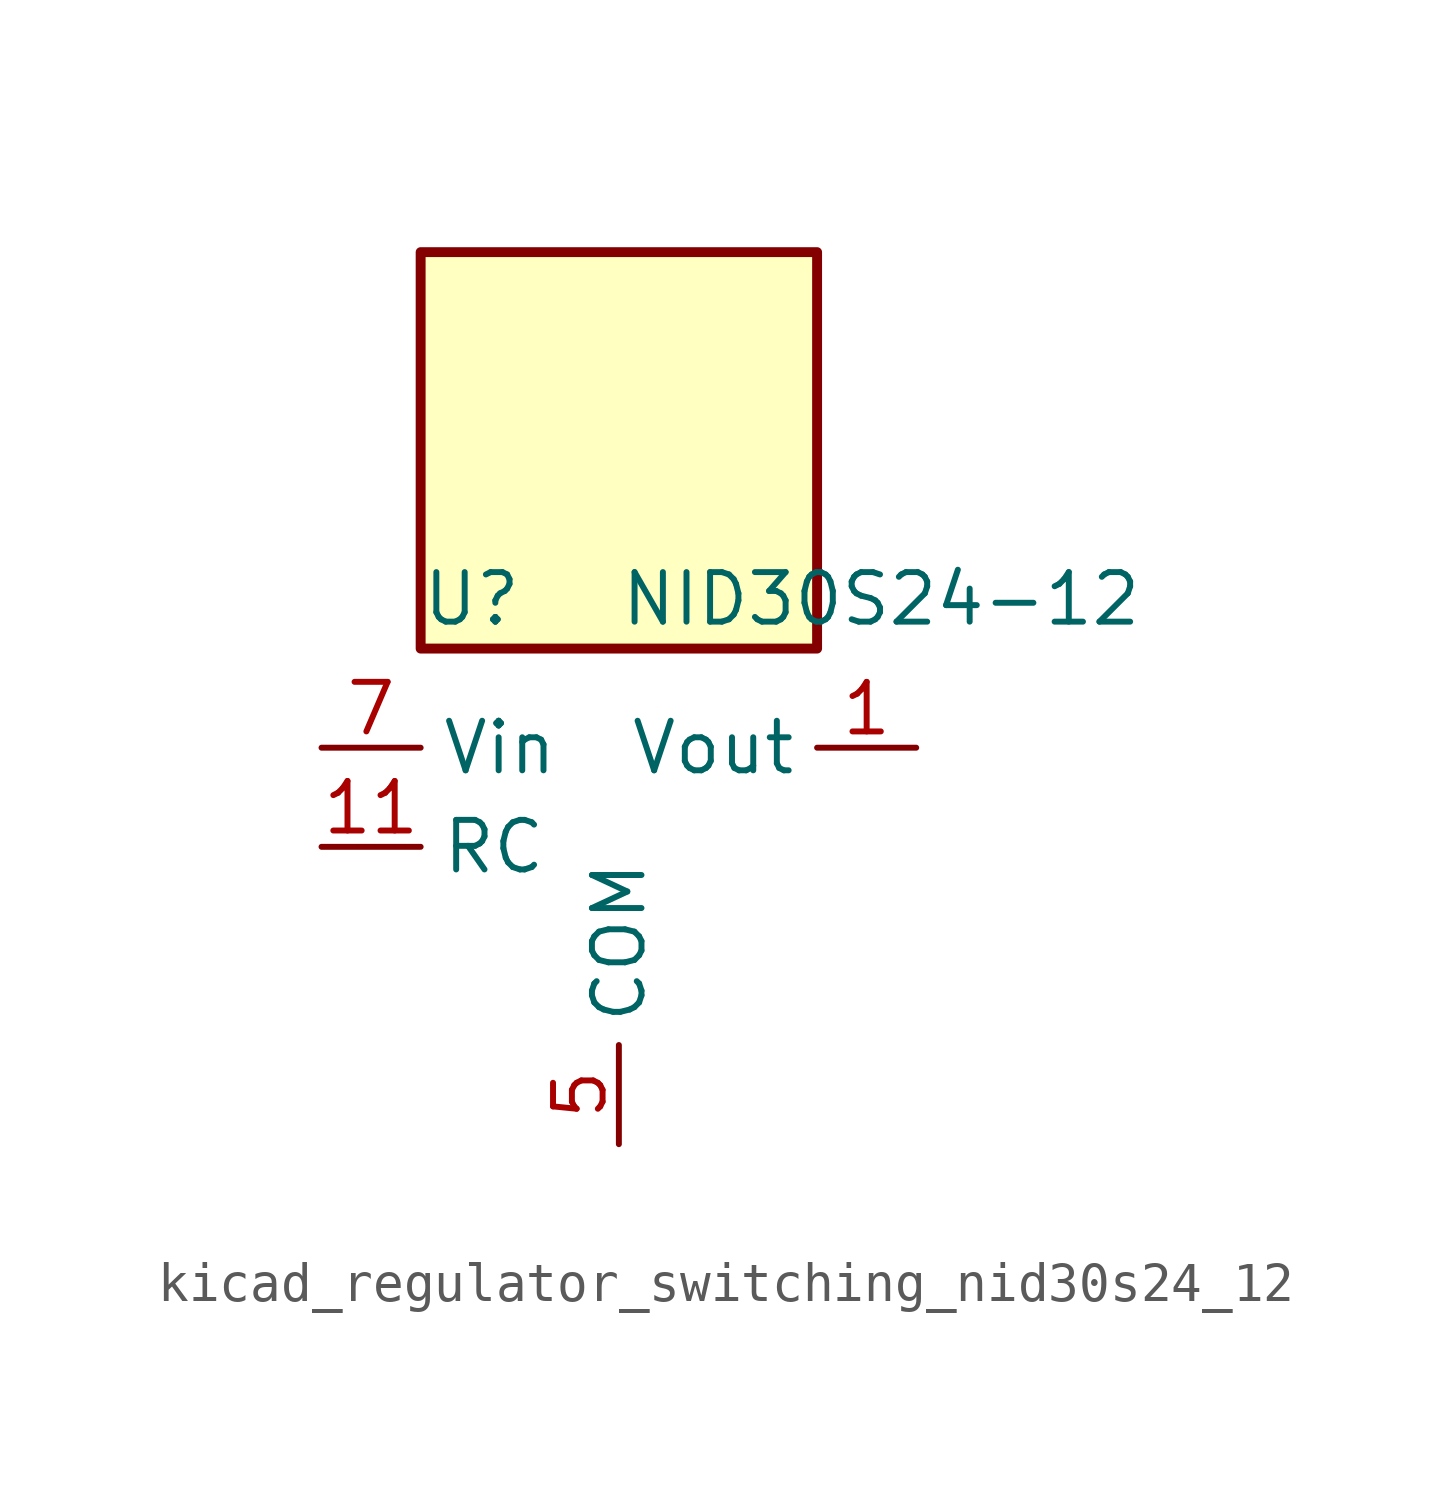
<source format=kicad_sym>
(kicad_symbol_lib
  (version 20220914)
  (generator kicad_symbol_editor)
  (symbol "kicad_regulator_switching_nid30s24_12"
    (property "Reference" "U"
      (at -5.08 6.35 0)
      (effects (font (size 1.27 1.27)) (justify left)))
    (property "Value" "NID30S24-12"
      (at 0 6.35 0)
      (effects (font (size 1.27 1.27)) (justify left)))
    (symbol "kicad_regulator_switching_nid30s24_12_0_1"
      (rectangle (start 5.08 15.24) (end -5.08 5.08) (stroke (width 0.254) (type default)) (fill (type background))))
    (symbol "kicad_regulator_switching_nid30s24_12_1_1"
      (pin power_out line (at 7.62 2.54 180) (length 2.54) (name "Vout" (effects (font (size 1.27 1.27)))) (number "1" (effects (font (size 1.27 1.27)))))
      (pin no_connect line (at 5.08 -2.54 180) (length 2.54) hide (name "NC" (effects (font (size 1.27 1.27)))) (number "10" (effects (font (size 1.27 1.27)))))
      (pin input line (at -7.62 0 0) (length 2.54) (name "RC" (effects (font (size 1.27 1.27)))) (number "11" (effects (font (size 1.27 1.27)))))
      (pin passive line (at 7.62 2.54 180) (length 2.54) hide (name "Vout" (effects (font (size 1.27 1.27)))) (number "2" (effects (font (size 1.27 1.27)))))
      (pin passive line (at 7.62 2.54 180) (length 2.54) hide (name "Vout" (effects (font (size 1.27 1.27)))) (number "3" (effects (font (size 1.27 1.27)))))
      (pin passive line (at 7.62 2.54 180) (length 2.54) hide (name "Vout" (effects (font (size 1.27 1.27)))) (number "4" (effects (font (size 1.27 1.27)))))
      (pin power_in line (at 0 -7.62 90) (length 2.54) (name "COM" (effects (font (size 1.27 1.27)))) (number "5" (effects (font (size 1.27 1.27)))))
      (pin passive line (at 0 -7.62 90) (length 2.54) hide (name "COM" (effects (font (size 1.27 1.27)))) (number "6" (effects (font (size 1.27 1.27)))))
      (pin power_in line (at -7.62 2.54 0) (length 2.54) (name "Vin" (effects (font (size 1.27 1.27)))) (number "7" (effects (font (size 1.27 1.27)))))
      (pin passive line (at -7.62 2.54 0) (length 2.54) hide (name "Vin" (effects (font (size 1.27 1.27)))) (number "8" (effects (font (size 1.27 1.27)))))
      (pin no_connect line (at 5.08 0 180) (length 2.54) hide (name "NC" (effects (font (size 1.27 1.27)))) (number "9" (effects (font (size 1.27 1.27))))))))
</source>
